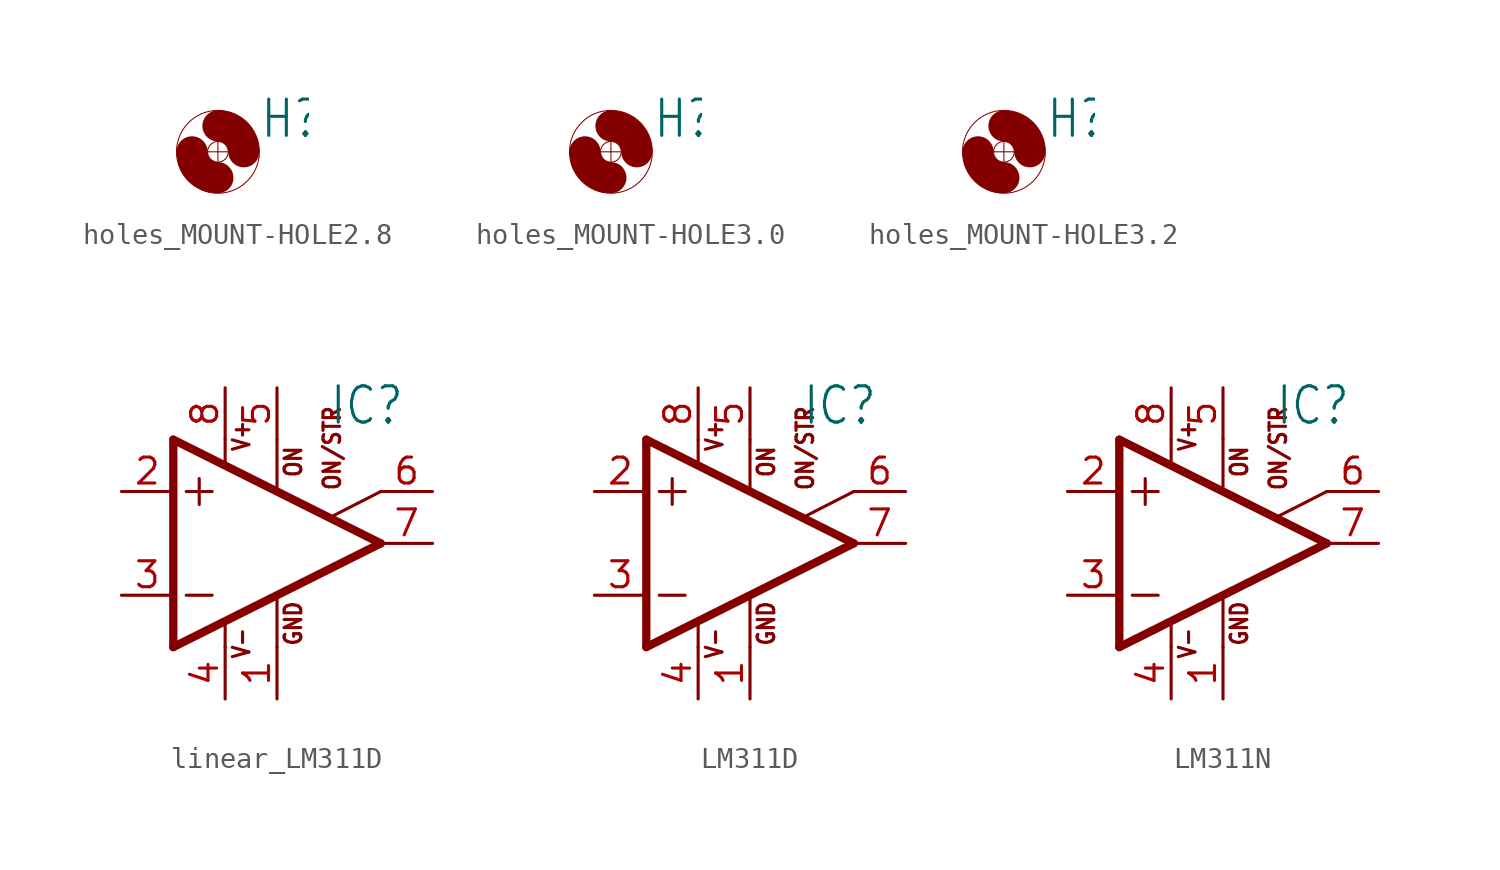
<source format=kicad_sym>
(kicad_symbol_lib
  (version 20231120)
  (generator "kicad_symbol_editor")
  (generator_version "8.0")
  (symbol "holes_MOUNT-HOLE2.8"
    (property "Reference" "H"
      (at 2.032 0.584 0)
      (effects (font (size 1.778 1.511)) (justify left bottom)))
    (property "Value" ""
      (at 2.032 -2.464 0)
      (effects (font (size 1.778 1.511)) (justify left bottom)))
    (property "ki_locked" ""
      (at 0 0 0)
      (effects (font (size 1.27 1.27))))
    (symbol "holes_MOUNT-HOLE2.8_1_0"
      (arc (start -1.27 0) (mid -0.898 -0.898) (end 0 -1.27) (stroke (width 1.524) (type solid)) (fill (type none)))
      (polyline (pts (xy -0.508 0) (xy 0.508 0)) (stroke (width 0.051) (type solid)) (fill (type none)))
      (polyline (pts (xy 0 0.508) (xy 0 -0.508)) (stroke (width 0.051) (type solid)) (fill (type none)))
      (circle (center 0 0) (radius 0.508) (stroke (width 0.051) (type solid)) (fill (type none)))
      (circle (center 0 0) (radius 2.032) (stroke (width 0.051) (type solid)) (fill (type none)))
      (arc (start 1.27 0) (mid 0.898 0.898) (end 0 1.27) (stroke (width 1.524) (type solid)) (fill (type none)))))
  (symbol "holes_MOUNT-HOLE3.0"
    (property "Reference" "H"
      (at 2.032 0.584 0)
      (effects (font (size 1.778 1.511)) (justify left bottom)))
    (property "Value" ""
      (at 2.032 -2.464 0)
      (effects (font (size 1.778 1.511)) (justify left bottom)))
    (property "ki_locked" ""
      (at 0 0 0)
      (effects (font (size 1.27 1.27))))
    (symbol "holes_MOUNT-HOLE3.0_1_0"
      (arc (start -1.27 0) (mid -0.898 -0.898) (end 0 -1.27) (stroke (width 1.524) (type solid)) (fill (type none)))
      (polyline (pts (xy -0.508 0) (xy 0.508 0)) (stroke (width 0.051) (type solid)) (fill (type none)))
      (polyline (pts (xy 0 0.508) (xy 0 -0.508)) (stroke (width 0.051) (type solid)) (fill (type none)))
      (circle (center 0 0) (radius 0.508) (stroke (width 0.051) (type solid)) (fill (type none)))
      (circle (center 0 0) (radius 2.032) (stroke (width 0.051) (type solid)) (fill (type none)))
      (arc (start 1.27 0) (mid 0.898 0.898) (end 0 1.27) (stroke (width 1.524) (type solid)) (fill (type none)))))
  (symbol "holes_MOUNT-HOLE3.2"
    (property "Reference" "H"
      (at 2.032 0.584 0)
      (effects (font (size 1.778 1.511)) (justify left bottom)))
    (property "Value" ""
      (at 2.032 -2.464 0)
      (effects (font (size 1.778 1.511)) (justify left bottom)))
    (property "ki_locked" ""
      (at 0 0 0)
      (effects (font (size 1.27 1.27))))
    (symbol "holes_MOUNT-HOLE3.2_1_0"
      (arc (start -1.27 0) (mid -0.898 -0.898) (end 0 -1.27) (stroke (width 1.524) (type solid)) (fill (type none)))
      (polyline (pts (xy -0.508 0) (xy 0.508 0)) (stroke (width 0.051) (type solid)) (fill (type none)))
      (polyline (pts (xy 0 0.508) (xy 0 -0.508)) (stroke (width 0.051) (type solid)) (fill (type none)))
      (circle (center 0 0) (radius 0.508) (stroke (width 0.051) (type solid)) (fill (type none)))
      (circle (center 0 0) (radius 2.032) (stroke (width 0.051) (type solid)) (fill (type none)))
      (arc (start 1.27 0) (mid 0.898 0.898) (end 0 1.27) (stroke (width 1.524) (type solid)) (fill (type none)))))
  (symbol "linear_LM311D"
    (property "Reference" "IC"
      (at 2.54 5.715 0)
      (effects (font (size 1.778 1.511)) (justify left bottom)))
    (property "Value" ""
      (at 2.54 -5.08 0)
      (effects (font (size 1.778 1.511)) (justify left bottom)))
    (property "ki_locked" ""
      (at 0 0 0)
      (effects (font (size 1.27 1.27))))
    (symbol "linear_LM311D_1_0"
      (polyline (pts (xy -5.08 -5.08) (xy 5.08 0)) (stroke (width 0.406) (type solid)) (fill (type none)))
      (polyline (pts (xy -5.08 5.08) (xy -5.08 -5.08)) (stroke (width 0.406) (type solid)) (fill (type none)))
      (polyline (pts (xy -5.08 5.08) (xy 5.08 0)) (stroke (width 0.406) (type solid)) (fill (type none)))
      (polyline (pts (xy -4.445 -2.54) (xy -3.175 -2.54)) (stroke (width 0.152) (type solid)) (fill (type none)))
      (polyline (pts (xy -4.445 2.54) (xy -3.175 2.54)) (stroke (width 0.152) (type solid)) (fill (type none)))
      (polyline (pts (xy -3.81 3.175) (xy -3.81 1.905)) (stroke (width 0.152) (type solid)) (fill (type none)))
      (polyline (pts (xy -2.54 -3.886) (xy -2.54 -5.08)) (stroke (width 0.152) (type solid)) (fill (type none)))
      (polyline (pts (xy -2.54 5.08) (xy -2.54 3.886)) (stroke (width 0.152) (type solid)) (fill (type none)))
      (polyline (pts (xy 0 -5.08) (xy 0 -2.616)) (stroke (width 0.152) (type solid)) (fill (type none)))
      (polyline (pts (xy 0 5.08) (xy 0 2.616)) (stroke (width 0.152) (type solid)) (fill (type none)))
      (polyline (pts (xy 2.642 1.295) (xy 5.08 2.54)) (stroke (width 0.152) (type solid)) (fill (type none)))
      (text "GND" (at 1.27 -5.08 900) (effects (font (size 0.813 0.691)) (justify left bottom)))
      (text "ON" (at 1.27 3.175 900) (effects (font (size 0.813 0.691)) (justify left bottom)))
      (text "ON/STR" (at 3.175 2.54 900) (effects (font (size 0.813 0.691)) (justify left bottom)))
      (text "V+" (at -1.27 4.445 900) (effects (font (size 0.813 0.691)) (justify left bottom)))
      (text "V-" (at -1.27 -5.715 900) (effects (font (size 0.813 0.691)) (justify left bottom)))
      (pin passive line (at 0 -7.62 90) (length 2.54) (name "GND" (effects (font (size 0 0)))) (number "1" (effects (font (size 1.27 1.27)))))
      (pin input line (at -7.62 2.54 0) (length 2.54) (name "+IN" (effects (font (size 0 0)))) (number "2" (effects (font (size 1.27 1.27)))))
      (pin input line (at -7.62 -2.54 0) (length 2.54) (name "-IN" (effects (font (size 0 0)))) (number "3" (effects (font (size 1.27 1.27)))))
      (pin power_in line (at -2.54 -7.62 90) (length 2.54) (name "V-" (effects (font (size 0 0)))) (number "4" (effects (font (size 1.27 1.27)))))
      (pin passive line (at 0 7.62 270) (length 2.54) (name "ON" (effects (font (size 0 0)))) (number "5" (effects (font (size 1.27 1.27)))))
      (pin passive line (at 7.62 2.54 180) (length 2.54) (name "ON/STR" (effects (font (size 0 0)))) (number "6" (effects (font (size 1.27 1.27)))))
      (pin output line (at 7.62 0 180) (length 2.54) (name "OUT" (effects (font (size 0 0)))) (number "7" (effects (font (size 1.27 1.27)))))
      (pin power_in line (at -2.54 7.62 270) (length 2.54) (name "V+" (effects (font (size 0 0)))) (number "8" (effects (font (size 1.27 1.27)))))))
  (symbol "LM311D"
    (property "Reference" "IC"
      (at 2.54 5.715 0)
      (effects (font (size 1.778 1.511)) (justify left bottom)))
    (property "Value" ""
      (at 2.54 -5.08 0)
      (effects (font (size 1.778 1.511)) (justify left bottom)))
    (property "ki_locked" ""
      (at 0 0 0)
      (effects (font (size 1.27 1.27))))
    (symbol "LM311D_1_0"
      (polyline (pts (xy -5.08 -5.08) (xy 5.08 0)) (stroke (width 0.406) (type solid)) (fill (type none)))
      (polyline (pts (xy -5.08 5.08) (xy -5.08 -5.08)) (stroke (width 0.406) (type solid)) (fill (type none)))
      (polyline (pts (xy -5.08 5.08) (xy 5.08 0)) (stroke (width 0.406) (type solid)) (fill (type none)))
      (polyline (pts (xy -4.445 -2.54) (xy -3.175 -2.54)) (stroke (width 0.152) (type solid)) (fill (type none)))
      (polyline (pts (xy -4.445 2.54) (xy -3.175 2.54)) (stroke (width 0.152) (type solid)) (fill (type none)))
      (polyline (pts (xy -3.81 3.175) (xy -3.81 1.905)) (stroke (width 0.152) (type solid)) (fill (type none)))
      (polyline (pts (xy -2.54 -3.886) (xy -2.54 -5.08)) (stroke (width 0.152) (type solid)) (fill (type none)))
      (polyline (pts (xy -2.54 5.08) (xy -2.54 3.886)) (stroke (width 0.152) (type solid)) (fill (type none)))
      (polyline (pts (xy 0 -5.08) (xy 0 -2.616)) (stroke (width 0.152) (type solid)) (fill (type none)))
      (polyline (pts (xy 0 5.08) (xy 0 2.616)) (stroke (width 0.152) (type solid)) (fill (type none)))
      (polyline (pts (xy 2.642 1.295) (xy 5.08 2.54)) (stroke (width 0.152) (type solid)) (fill (type none)))
      (text "GND" (at 1.27 -5.08 900) (effects (font (size 0.813 0.691)) (justify left bottom)))
      (text "ON" (at 1.27 3.175 900) (effects (font (size 0.813 0.691)) (justify left bottom)))
      (text "ON/STR" (at 3.175 2.54 900) (effects (font (size 0.813 0.691)) (justify left bottom)))
      (text "V+" (at -1.27 4.445 900) (effects (font (size 0.813 0.691)) (justify left bottom)))
      (text "V-" (at -1.27 -5.715 900) (effects (font (size 0.813 0.691)) (justify left bottom)))
      (pin passive line (at 0 -7.62 90) (length 2.54) (name "GND" (effects (font (size 0 0)))) (number "1" (effects (font (size 1.27 1.27)))))
      (pin input line (at -7.62 2.54 0) (length 2.54) (name "+IN" (effects (font (size 0 0)))) (number "2" (effects (font (size 1.27 1.27)))))
      (pin input line (at -7.62 -2.54 0) (length 2.54) (name "-IN" (effects (font (size 0 0)))) (number "3" (effects (font (size 1.27 1.27)))))
      (pin power_in line (at -2.54 -7.62 90) (length 2.54) (name "V-" (effects (font (size 0 0)))) (number "4" (effects (font (size 1.27 1.27)))))
      (pin passive line (at 0 7.62 270) (length 2.54) (name "ON" (effects (font (size 0 0)))) (number "5" (effects (font (size 1.27 1.27)))))
      (pin passive line (at 7.62 2.54 180) (length 2.54) (name "ON/STR" (effects (font (size 0 0)))) (number "6" (effects (font (size 1.27 1.27)))))
      (pin output line (at 7.62 0 180) (length 2.54) (name "OUT" (effects (font (size 0 0)))) (number "7" (effects (font (size 1.27 1.27)))))
      (pin power_in line (at -2.54 7.62 270) (length 2.54) (name "V+" (effects (font (size 0 0)))) (number "8" (effects (font (size 1.27 1.27)))))))
  (symbol "LM311N"
    (property "Reference" "IC"
      (at 2.54 5.715 0)
      (effects (font (size 1.778 1.511)) (justify left bottom)))
    (property "Value" ""
      (at 2.54 -5.08 0)
      (effects (font (size 1.778 1.511)) (justify left bottom)))
    (property "ki_locked" ""
      (at 0 0 0)
      (effects (font (size 1.27 1.27))))
    (symbol "LM311N_1_0"
      (polyline (pts (xy -5.08 -5.08) (xy 5.08 0)) (stroke (width 0.406) (type solid)) (fill (type none)))
      (polyline (pts (xy -5.08 5.08) (xy -5.08 -5.08)) (stroke (width 0.406) (type solid)) (fill (type none)))
      (polyline (pts (xy -5.08 5.08) (xy 5.08 0)) (stroke (width 0.406) (type solid)) (fill (type none)))
      (polyline (pts (xy -4.445 -2.54) (xy -3.175 -2.54)) (stroke (width 0.152) (type solid)) (fill (type none)))
      (polyline (pts (xy -4.445 2.54) (xy -3.175 2.54)) (stroke (width 0.152) (type solid)) (fill (type none)))
      (polyline (pts (xy -3.81 3.175) (xy -3.81 1.905)) (stroke (width 0.152) (type solid)) (fill (type none)))
      (polyline (pts (xy -2.54 -3.886) (xy -2.54 -5.08)) (stroke (width 0.152) (type solid)) (fill (type none)))
      (polyline (pts (xy -2.54 5.08) (xy -2.54 3.886)) (stroke (width 0.152) (type solid)) (fill (type none)))
      (polyline (pts (xy 0 -5.08) (xy 0 -2.616)) (stroke (width 0.152) (type solid)) (fill (type none)))
      (polyline (pts (xy 0 5.08) (xy 0 2.616)) (stroke (width 0.152) (type solid)) (fill (type none)))
      (polyline (pts (xy 2.642 1.295) (xy 5.08 2.54)) (stroke (width 0.152) (type solid)) (fill (type none)))
      (text "GND" (at 1.27 -5.08 900) (effects (font (size 0.813 0.691)) (justify left bottom)))
      (text "ON" (at 1.27 3.175 900) (effects (font (size 0.813 0.691)) (justify left bottom)))
      (text "ON/STR" (at 3.175 2.54 900) (effects (font (size 0.813 0.691)) (justify left bottom)))
      (text "V+" (at -1.27 4.445 900) (effects (font (size 0.813 0.691)) (justify left bottom)))
      (text "V-" (at -1.27 -5.715 900) (effects (font (size 0.813 0.691)) (justify left bottom)))
      (pin passive line (at 0 -7.62 90) (length 2.54) (name "GND" (effects (font (size 0 0)))) (number "1" (effects (font (size 1.27 1.27)))))
      (pin input line (at -7.62 2.54 0) (length 2.54) (name "+IN" (effects (font (size 0 0)))) (number "2" (effects (font (size 1.27 1.27)))))
      (pin input line (at -7.62 -2.54 0) (length 2.54) (name "-IN" (effects (font (size 0 0)))) (number "3" (effects (font (size 1.27 1.27)))))
      (pin power_in line (at -2.54 -7.62 90) (length 2.54) (name "V-" (effects (font (size 0 0)))) (number "4" (effects (font (size 1.27 1.27)))))
      (pin passive line (at 0 7.62 270) (length 2.54) (name "ON" (effects (font (size 0 0)))) (number "5" (effects (font (size 1.27 1.27)))))
      (pin passive line (at 7.62 2.54 180) (length 2.54) (name "ON/STR" (effects (font (size 0 0)))) (number "6" (effects (font (size 1.27 1.27)))))
      (pin output line (at 7.62 0 180) (length 2.54) (name "OUT" (effects (font (size 0 0)))) (number "7" (effects (font (size 1.27 1.27)))))
      (pin power_in line (at -2.54 7.62 270) (length 2.54) (name "V+" (effects (font (size 0 0)))) (number "8" (effects (font (size 1.27 1.27))))))))
</source>
